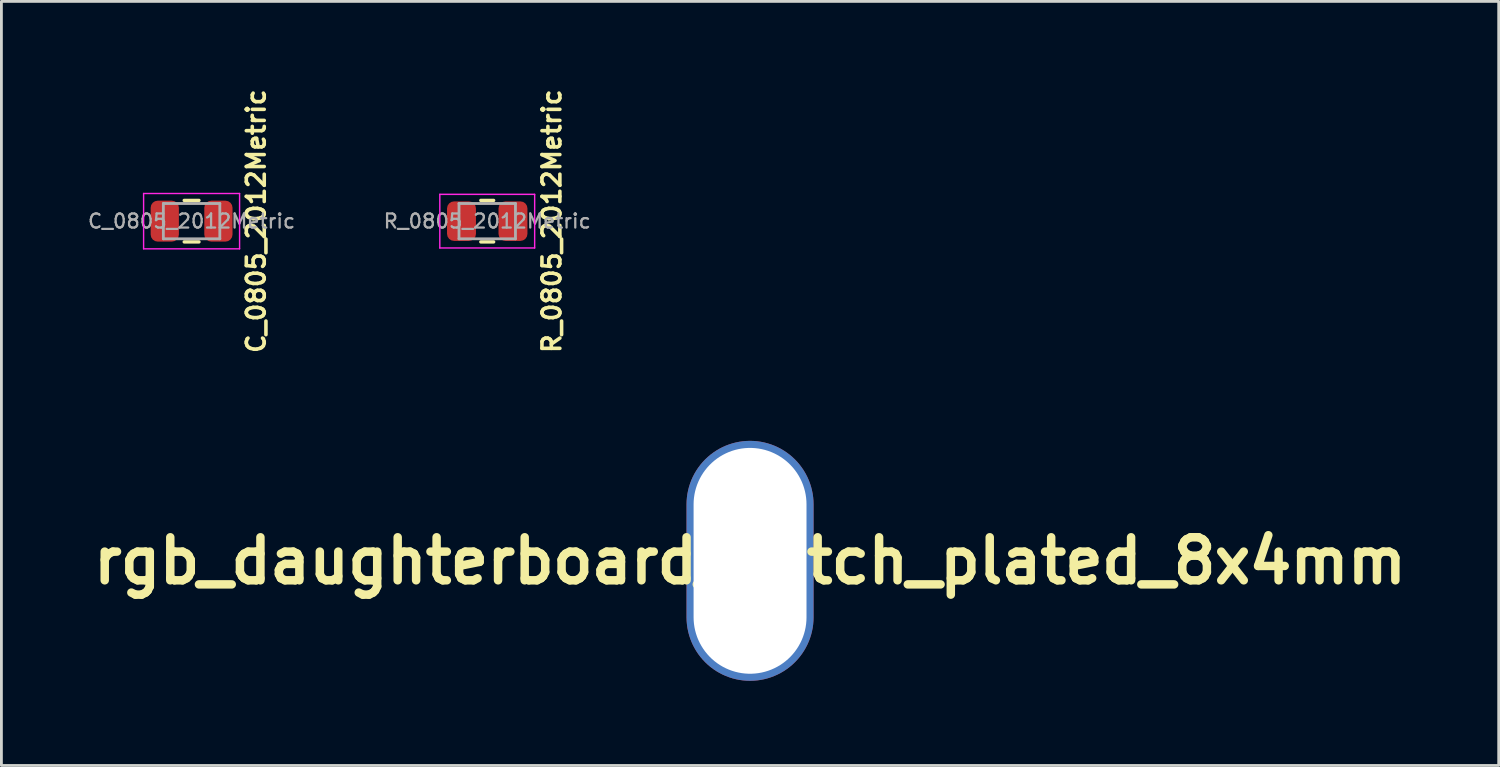
<source format=kicad_pcb>
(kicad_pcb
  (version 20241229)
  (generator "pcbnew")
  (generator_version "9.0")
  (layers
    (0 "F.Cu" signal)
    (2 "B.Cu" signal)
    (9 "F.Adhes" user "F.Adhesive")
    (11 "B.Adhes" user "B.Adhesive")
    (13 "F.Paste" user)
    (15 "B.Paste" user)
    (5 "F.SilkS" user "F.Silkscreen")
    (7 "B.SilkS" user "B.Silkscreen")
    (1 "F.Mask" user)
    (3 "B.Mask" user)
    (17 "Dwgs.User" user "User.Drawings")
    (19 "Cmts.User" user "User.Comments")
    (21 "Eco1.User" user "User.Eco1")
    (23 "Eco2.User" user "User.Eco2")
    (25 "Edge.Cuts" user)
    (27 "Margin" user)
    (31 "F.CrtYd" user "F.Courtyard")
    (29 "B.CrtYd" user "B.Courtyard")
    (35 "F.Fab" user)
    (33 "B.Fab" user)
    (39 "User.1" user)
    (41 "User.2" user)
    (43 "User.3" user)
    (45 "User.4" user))
  (footprint "R_0805_2012Metric"
    (layer "F.Cu")
    (at 14.21 4.784)
    (property "Reference" "R_0805_2012Metric" (at 2.286 -0.000085 90) (layer "F.SilkS") (effects (font (size 0.635 0.635) (thickness 0.127))))
    (attr smd)
    (fp_line (start -0.227 -0.735) (end 0.227 -0.735) (stroke (width 0.12) (type solid)) (layer "F.SilkS"))
    (fp_line (start -0.227 0.735) (end 0.227 0.735) (stroke (width 0.12) (type solid)) (layer "F.SilkS"))
    (fp_line (start -1.68 -0.95) (end 1.68 -0.95) (stroke (width 0.05) (type solid)) (layer "F.CrtYd"))
    (fp_line (start -1.68 0.95) (end -1.68 -0.95) (stroke (width 0.05) (type solid)) (layer "F.CrtYd"))
    (fp_line (start 1.68 -0.95) (end 1.68 0.95) (stroke (width 0.05) (type solid)) (layer "F.CrtYd"))
    (fp_line (start 1.68 0.95) (end -1.68 0.95) (stroke (width 0.05) (type solid)) (layer "F.CrtYd"))
    (fp_line (start -1 -0.625) (end 1 -0.625) (stroke (width 0.1) (type solid)) (layer "F.Fab"))
    (fp_line (start -1 0.625) (end -1 -0.625) (stroke (width 0.1) (type solid)) (layer "F.Fab"))
    (fp_line (start 1 -0.625) (end 1 0.625) (stroke (width 0.1) (type solid)) (layer "F.Fab"))
    (fp_line (start 1 0.625) (end -1 0.625) (stroke (width 0.1) (type solid)) (layer "F.Fab"))
    (fp_text user "${REFERENCE}" (at 0 0 0) (layer "F.Fab") (effects (font (size 0.5 0.5) (thickness 0.08))))
    (pad "1" smd roundrect (at -0.912 0) (size 1.025 1.4) (layers "F.Cu" "F.Mask" "F.Paste") (roundrect_rratio 0.244))
    (pad "2" smd roundrect (at 0.912 0) (size 1.025 1.4) (layers "F.Cu" "F.Mask" "F.Paste") (roundrect_rratio 0.244)))
  (footprint "C_0805_2012Metric"
    (layer "F.Cu")
    (at 3.737 4.784)
    (property "Reference" "C_0805_2012Metric" (at 2.286 0 90) (layer "F.SilkS") (effects (font (size 0.635 0.635) (thickness 0.127))))
    (attr smd)
    (fp_line (start -0.261 -0.735) (end 0.261 -0.735) (stroke (width 0.12) (type solid)) (layer "F.SilkS"))
    (fp_line (start -0.261 0.735) (end 0.261 0.735) (stroke (width 0.12) (type solid)) (layer "F.SilkS"))
    (fp_line (start -1.7 -0.98) (end 1.7 -0.98) (stroke (width 0.05) (type solid)) (layer "F.CrtYd"))
    (fp_line (start -1.7 0.98) (end -1.7 -0.98) (stroke (width 0.05) (type solid)) (layer "F.CrtYd"))
    (fp_line (start 1.7 -0.98) (end 1.7 0.98) (stroke (width 0.05) (type solid)) (layer "F.CrtYd"))
    (fp_line (start 1.7 0.98) (end -1.7 0.98) (stroke (width 0.05) (type solid)) (layer "F.CrtYd"))
    (fp_line (start -1 -0.625) (end 1 -0.625) (stroke (width 0.1) (type solid)) (layer "F.Fab"))
    (fp_line (start -1 0.625) (end -1 -0.625) (stroke (width 0.1) (type solid)) (layer "F.Fab"))
    (fp_line (start 1 -0.625) (end 1 0.625) (stroke (width 0.1) (type solid)) (layer "F.Fab"))
    (fp_line (start 1 0.625) (end -1 0.625) (stroke (width 0.1) (type solid)) (layer "F.Fab"))
    (fp_text user "${REFERENCE}" (at 0 0 0) (layer "F.Fab") (effects (font (size 0.5 0.5) (thickness 0.08))))
    (pad "1" smd roundrect (at -0.95 0) (size 1 1.45) (layers "F.Cu" "F.Mask" "F.Paste") (roundrect_rratio 0.25))
    (pad "2" smd roundrect (at 0.95 0) (size 1 1.45) (layers "F.Cu" "F.Mask" "F.Paste") (roundrect_rratio 0.25)))
  (footprint "rgb_daughterboard_notch_plated_8x4mm"
    (layer "F.Cu")
    (at 23.52 16.817)
    (property "Reference" "rgb_daughterboard_notch_plated_8x4mm" (at 0 0 0) (layer "F.SilkS") (effects (font (size 1.524 1.524) (thickness 0.3))))
    (attr through_hole)
    (pad "1" thru_hole oval (at 0 0) (size 4.5 8.5) (drill oval 4 8) (layers "*.Cu" "*.Mask")))
  (gr_rect
    (start -3 -3)
    (end 50.041 24.067)
    (stroke (width 0.1) (type default))
    (fill no)
    (layer "Edge.Cuts")))
</source>
